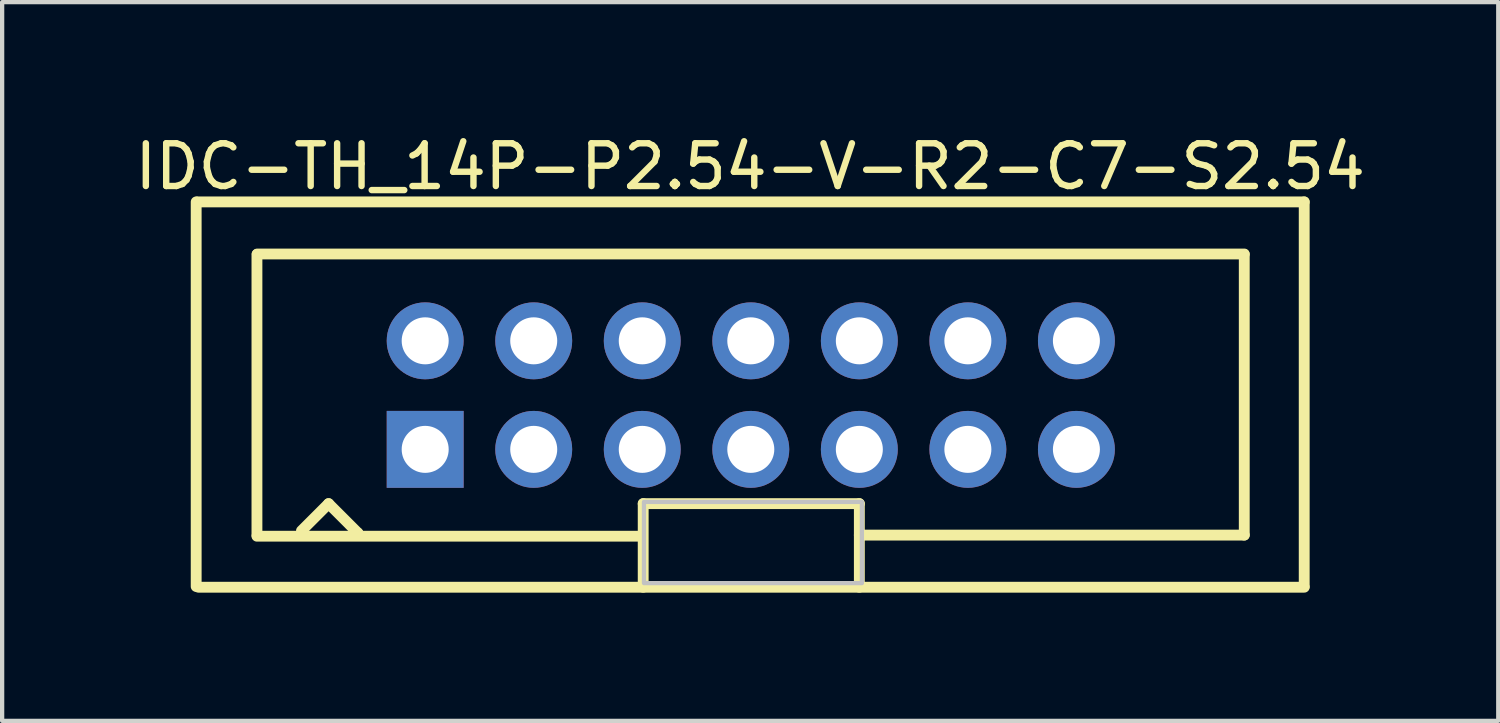
<source format=kicad_pcb>
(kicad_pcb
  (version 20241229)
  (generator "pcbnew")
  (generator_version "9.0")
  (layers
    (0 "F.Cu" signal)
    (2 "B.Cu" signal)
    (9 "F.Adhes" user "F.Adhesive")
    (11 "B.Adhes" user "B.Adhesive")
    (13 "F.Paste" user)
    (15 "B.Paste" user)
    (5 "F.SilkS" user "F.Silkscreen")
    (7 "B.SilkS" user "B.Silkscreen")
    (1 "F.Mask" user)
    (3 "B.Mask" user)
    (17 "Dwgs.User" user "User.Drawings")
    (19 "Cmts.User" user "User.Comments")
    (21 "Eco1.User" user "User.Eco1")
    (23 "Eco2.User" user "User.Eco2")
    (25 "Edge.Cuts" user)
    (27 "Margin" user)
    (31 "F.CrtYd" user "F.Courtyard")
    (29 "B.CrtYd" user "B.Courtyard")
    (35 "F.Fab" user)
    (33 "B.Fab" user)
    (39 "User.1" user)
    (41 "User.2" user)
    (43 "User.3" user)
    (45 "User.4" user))
  (footprint "IDC-TH_14P-P2.54-V-R2-C7-S2.54"
    (layer "F.Cu")
    (at 14.52 6.196)
    (property "Reference" "IDC-TH_14P-P2.54-V-R2-C7-S2.54" (at -0.014 -5.348 0) (layer "F.SilkS") (effects (font (size 1 1) (thickness 0.15))))
    (fp_line (start -12.979 4.479) (end -12.979 -4.521) (stroke (width 0.254) (type default)) (layer "F.SilkS"))
    (fp_line (start -12.951 -4.521) (end 12.951 -4.521) (stroke (width 0.254) (type default)) (layer "F.SilkS"))
    (fp_line (start -12.926 4.496) (end 12.951 4.496) (stroke (width 0.254) (type default)) (layer "F.SilkS"))
    (fp_line (start -11.557 3.276) (end -11.557 -3.293) (stroke (width 0.254) (type default)) (layer "F.SilkS"))
    (fp_line (start -11.557 3.302) (end -2.54 3.302) (stroke (width 0.254) (type default)) (layer "F.SilkS"))
    (fp_line (start -11.549 -3.302) (end 11.548 -3.302) (stroke (width 0.254) (type default)) (layer "F.SilkS"))
    (fp_line (start -10.515 3.175) (end -9.88 2.54) (stroke (width 0.254) (type default)) (layer "F.SilkS"))
    (fp_line (start -9.88 2.54) (end -9.195 3.226) (stroke (width 0.254) (type default)) (layer "F.SilkS"))
    (fp_line (start -9.195 3.226) (end -9.195 3.251) (stroke (width 0.254) (type default)) (layer "F.SilkS"))
    (fp_line (start -2.518 2.54) (end 2.54 2.54) (stroke (width 0.254) (type default)) (layer "F.SilkS"))
    (fp_line (start -2.518 4.496) (end -2.518 2.54) (stroke (width 0.254) (type default)) (layer "F.SilkS"))
    (fp_line (start 2.54 2.54) (end 2.54 4.496) (stroke (width 0.254) (type default)) (layer "F.SilkS"))
    (fp_line (start 11.548 -3.293) (end 11.548 3.276) (stroke (width 0.254) (type default)) (layer "F.SilkS"))
    (fp_line (start 11.548 3.276) (end 2.54 3.276) (stroke (width 0.254) (type default)) (layer "F.SilkS"))
    (fp_line (start 12.951 -4.521) (end 12.951 4.479) (stroke (width 0.254) (type default)) (layer "F.SilkS"))
    (fp_poly (pts (xy -2.5 4.4) (xy -2.5 2.5) (xy 2.6 2.5) (xy 2.6 4.4)) (stroke (width 0.1) (type default)) (fill no) (layer "Dwgs.User"))
    (fp_poly (pts (xy -7.94 -1.59) (xy -7.3 -1.59) (xy -7.3 -0.95) (xy -7.94 -0.95)) (stroke (width 0.1) (type default)) (fill no) (layer "User.1"))
    (fp_poly (pts (xy -7.94 0.95) (xy -7.3 0.95) (xy -7.3 1.59) (xy -7.94 1.59)) (stroke (width 0.1) (type default)) (fill no) (layer "User.1"))
    (fp_poly (pts (xy -5.4 -1.59) (xy -4.76 -1.59) (xy -4.76 -0.95) (xy -5.4 -0.95)) (stroke (width 0.1) (type default)) (fill no) (layer "User.1"))
    (fp_poly (pts (xy -5.4 0.95) (xy -4.76 0.95) (xy -4.76 1.59) (xy -5.4 1.59)) (stroke (width 0.1) (type default)) (fill no) (layer "User.1"))
    (fp_poly (pts (xy -2.86 -1.59) (xy -2.22 -1.59) (xy -2.22 -0.95) (xy -2.86 -0.95)) (stroke (width 0.1) (type default)) (fill no) (layer "User.1"))
    (fp_poly (pts (xy -2.86 0.95) (xy -2.22 0.95) (xy -2.22 1.59) (xy -2.86 1.59)) (stroke (width 0.1) (type default)) (fill no) (layer "User.1"))
    (fp_poly (pts (xy -0.32 -1.59) (xy 0.32 -1.59) (xy 0.32 -0.95) (xy -0.32 -0.95)) (stroke (width 0.1) (type default)) (fill no) (layer "User.1"))
    (fp_poly (pts (xy -0.32 0.95) (xy 0.32 0.95) (xy 0.32 1.59) (xy -0.32 1.59)) (stroke (width 0.1) (type default)) (fill no) (layer "User.1"))
    (fp_poly (pts (xy 2.22 -1.59) (xy 2.86 -1.59) (xy 2.86 -0.95) (xy 2.22 -0.95)) (stroke (width 0.1) (type default)) (fill no) (layer "User.1"))
    (fp_poly (pts (xy 2.22 0.95) (xy 2.86 0.95) (xy 2.86 1.59) (xy 2.22 1.59)) (stroke (width 0.1) (type default)) (fill no) (layer "User.1"))
    (fp_poly (pts (xy 4.76 -1.59) (xy 5.4 -1.59) (xy 5.4 -0.95) (xy 4.76 -0.95)) (stroke (width 0.1) (type default)) (fill no) (layer "User.1"))
    (fp_poly (pts (xy 4.76 0.95) (xy 5.4 0.95) (xy 5.4 1.59) (xy 4.76 1.59)) (stroke (width 0.1) (type default)) (fill no) (layer "User.1"))
    (fp_poly (pts (xy 7.3 -1.59) (xy 7.94 -1.59) (xy 7.94 -0.95) (xy 7.3 -0.95)) (stroke (width 0.1) (type default)) (fill no) (layer "User.1"))
    (fp_poly (pts (xy 7.3 0.95) (xy 7.94 0.95) (xy 7.94 1.59) (xy 7.3 1.59)) (stroke (width 0.1) (type default)) (fill no) (layer "User.1"))
    (fp_line (start -12.65 -4.4) (end 12.65 -4.4) (stroke (width 0.051) (type default)) (layer "User.2"))
    (fp_line (start -12.65 4.4) (end -12.65 -4.4) (stroke (width 0.051) (type default)) (layer "User.2"))
    (fp_line (start 12.65 -4.4) (end 12.65 4.4) (stroke (width 0.051) (type default)) (layer "User.2"))
    (fp_line (start 12.65 4.4) (end -12.65 4.4) (stroke (width 0.051) (type default)) (layer "User.2"))
    (fp_poly (pts (xy -12.59 4.4) (xy -12.608 4.358) (xy -12.65 4.34) (xy -12.692 4.358) (xy -12.71 4.4) (xy -12.692 4.442) (xy -12.65 4.46) (xy -12.608 4.442)) (stroke (width 0.1) (type default)) (fill no) (layer "User.3"))
    (pad "1" thru_hole rect (at -7.62 1.27) (size 1.8 1.8) (drill 1.1) (layers "*.Cu" "*.Mask"))
    (pad "2" thru_hole circle (at -7.62 -1.27) (size 1.8 1.8) (drill 1.1) (layers "*.Cu" "*.Mask"))
    (pad "3" thru_hole circle (at -5.08 1.27) (size 1.8 1.8) (drill 1.1) (layers "*.Cu" "*.Mask"))
    (pad "4" thru_hole circle (at -5.08 -1.27) (size 1.8 1.8) (drill 1.1) (layers "*.Cu" "*.Mask"))
    (pad "5" thru_hole circle (at -2.54 1.27) (size 1.8 1.8) (drill 1.1) (layers "*.Cu" "*.Mask"))
    (pad "6" thru_hole circle (at -2.54 -1.27) (size 1.8 1.8) (drill 1.1) (layers "*.Cu" "*.Mask"))
    (pad "7" thru_hole circle (at 0 1.27) (size 1.8 1.8) (drill 1.1) (layers "*.Cu" "*.Mask"))
    (pad "8" thru_hole circle (at 0 -1.27) (size 1.8 1.8) (drill 1.1) (layers "*.Cu" "*.Mask"))
    (pad "9" thru_hole circle (at 2.54 1.27) (size 1.8 1.8) (drill 1.1) (layers "*.Cu" "*.Mask"))
    (pad "10" thru_hole circle (at 2.54 -1.27) (size 1.8 1.8) (drill 1.1) (layers "*.Cu" "*.Mask"))
    (pad "11" thru_hole circle (at 5.08 1.27) (size 1.8 1.8) (drill 1.1) (layers "*.Cu" "*.Mask"))
    (pad "12" thru_hole circle (at 5.08 -1.27) (size 1.8 1.8) (drill 1.1) (layers "*.Cu" "*.Mask"))
    (pad "13" thru_hole circle (at 7.62 1.27) (size 1.8 1.8) (drill 1.1) (layers "*.Cu" "*.Mask"))
    (pad "14" thru_hole circle (at 7.62 -1.27) (size 1.8 1.8) (drill 1.1) (layers "*.Cu" "*.Mask")))
  (gr_rect
    (start -3 -3)
    (end 32.012 13.819)
    (stroke (width 0.1) (type default))
    (fill no)
    (layer "Edge.Cuts")))
</source>
